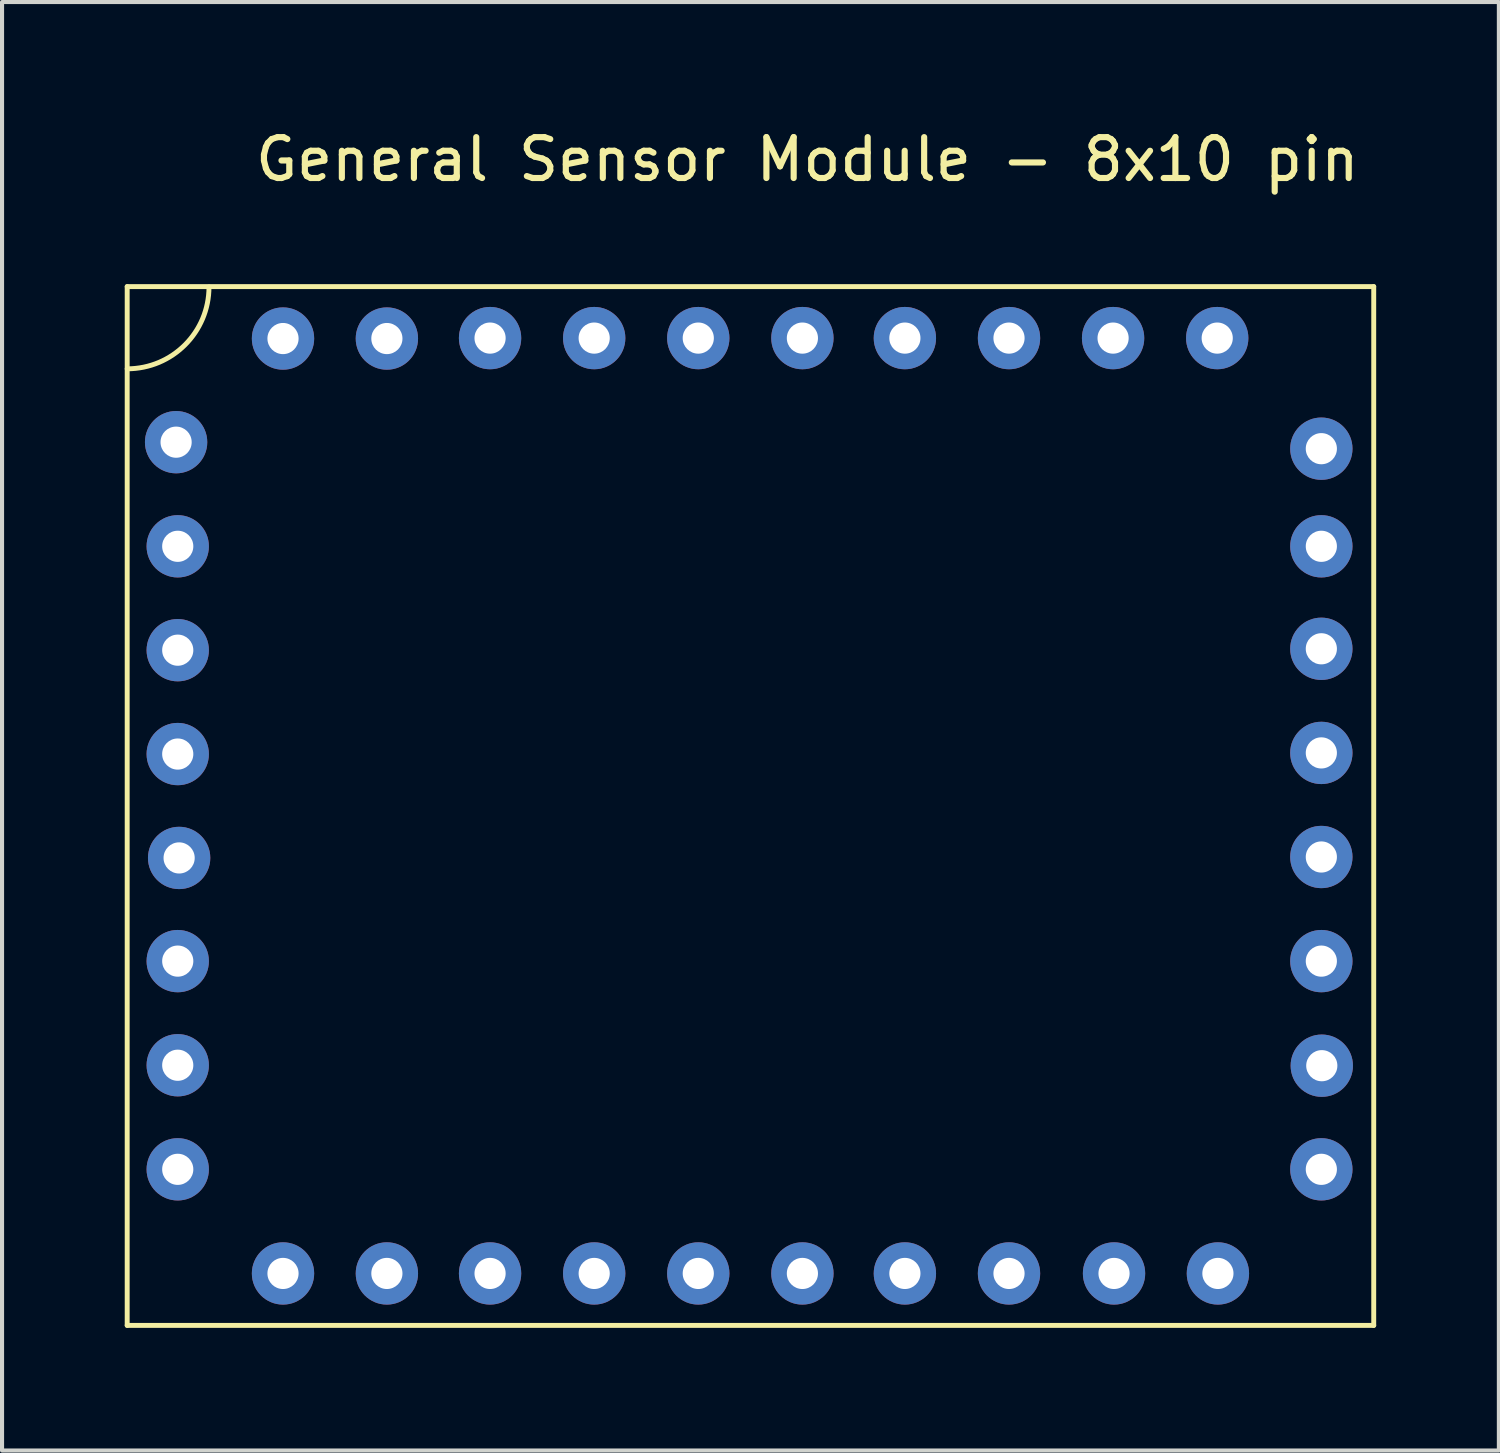
<source format=kicad_pcb>
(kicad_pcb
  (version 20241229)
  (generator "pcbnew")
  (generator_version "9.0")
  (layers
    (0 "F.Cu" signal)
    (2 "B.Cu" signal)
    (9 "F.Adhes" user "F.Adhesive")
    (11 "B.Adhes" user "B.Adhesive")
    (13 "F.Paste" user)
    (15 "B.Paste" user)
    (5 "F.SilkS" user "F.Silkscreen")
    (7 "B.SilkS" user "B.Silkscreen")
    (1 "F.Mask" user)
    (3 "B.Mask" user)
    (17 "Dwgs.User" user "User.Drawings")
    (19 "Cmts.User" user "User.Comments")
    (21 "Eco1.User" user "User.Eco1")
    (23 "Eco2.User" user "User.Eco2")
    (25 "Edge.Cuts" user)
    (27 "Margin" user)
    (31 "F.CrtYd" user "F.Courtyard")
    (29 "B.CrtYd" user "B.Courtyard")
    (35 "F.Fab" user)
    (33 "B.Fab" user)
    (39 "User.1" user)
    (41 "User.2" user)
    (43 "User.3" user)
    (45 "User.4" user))
  (footprint "General Sensor Module - 8x10 pin"
    (layer "F.Cu")
    (at 16.57 15.388)
    (property "Reference" "General Sensor Module - 8x10 pin" (at 0.12 -14.54 0) (unlocked yes) (layer "F.SilkS") (effects (font (size 1 1) (thickness 0.15))))
    (attr smd)
    (fp_line (start -16.51 -11.43) (end 13.97 -11.43) (stroke (width 0.12) (type solid)) (layer "F.SilkS"))
    (fp_line (start -16.51 13.97) (end -16.51 -11.43) (stroke (width 0.12) (type solid)) (layer "F.SilkS"))
    (fp_line (start -16.51 13.97) (end 13.97 13.97) (stroke (width 0.12) (type solid)) (layer "F.SilkS"))
    (fp_line (start 13.97 13.97) (end 13.97 -11.43) (stroke (width 0.12) (type solid)) (layer "F.SilkS"))
    (fp_arc (start -14.51 -11.42) (mid -15.095786 -10.005786) (end -16.51 -9.42) (stroke (width 0.12) (type solid)) (layer "F.SilkS"))
    (pad "1" thru_hole circle (at -12.7 12.7) (size 1.524 1.524) (drill 0.762) (layers "*.Cu" "*.Mask"))
    (pad "2" thru_hole circle (at -10.16 12.7) (size 1.524 1.524) (drill 0.762) (layers "*.Cu" "*.Mask"))
    (pad "3" thru_hole circle (at -7.637 12.7) (size 1.524 1.524) (drill 0.762) (layers "*.Cu" "*.Mask"))
    (pad "4" thru_hole circle (at -5.091 12.7) (size 1.524 1.524) (drill 0.762) (layers "*.Cu" "*.Mask"))
    (pad "5" thru_hole circle (at -2.546 12.7) (size 1.524 1.524) (drill 0.762) (layers "*.Cu" "*.Mask"))
    (pad "6" thru_hole circle (at 0 12.7) (size 1.524 1.524) (drill 0.762) (layers "*.Cu" "*.Mask"))
    (pad "7" thru_hole circle (at 2.506 12.7) (size 1.524 1.524) (drill 0.762) (layers "*.Cu" "*.Mask"))
    (pad "8" thru_hole circle (at 5.052 12.7) (size 1.524 1.524) (drill 0.762) (layers "*.Cu" "*.Mask"))
    (pad "9" thru_hole circle (at 7.62 12.7) (size 1.524 1.524) (drill 0.762) (layers "*.Cu" "*.Mask"))
    (pad "10" thru_hole circle (at 10.16 12.7) (size 1.524 1.524) (drill 0.762) (layers "*.Cu" "*.Mask"))
    (pad "11" thru_hole circle (at 12.689 10.154) (size 1.524 1.524) (drill 0.762) (layers "*.Cu" "*.Mask"))
    (pad "12" thru_hole circle (at 12.7 7.62) (size 1.524 1.524) (drill 0.762) (layers "*.Cu" "*.Mask"))
    (pad "13" thru_hole circle (at 12.689 5.063) (size 1.524 1.524) (drill 0.762) (layers "*.Cu" "*.Mask"))
    (pad "14" thru_hole circle (at 12.689 2.517) (size 1.524 1.524) (drill 0.762) (layers "*.Cu" "*.Mask"))
    (pad "15" thru_hole circle (at 12.689 -0.028) (size 1.524 1.524) (drill 0.762) (layers "*.Cu" "*.Mask"))
    (pad "16" thru_hole circle (at 12.689 -2.574) (size 1.524 1.524) (drill 0.762) (layers "*.Cu" "*.Mask"))
    (pad "17" thru_hole circle (at 12.689 -5.08) (size 1.524 1.524) (drill 0.762) (layers "*.Cu" "*.Mask"))
    (pad "18" thru_hole circle (at 12.689 -7.467) (size 1.524 1.524) (drill 0.762) (layers "*.Cu" "*.Mask"))
    (pad "19" thru_hole circle (at 10.143 -10.171) (size 1.524 1.524) (drill 0.762) (layers "*.Cu" "*.Mask"))
    (pad "20" thru_hole circle (at 7.597 -10.171) (size 1.524 1.524) (drill 0.762) (layers "*.Cu" "*.Mask"))
    (pad "21" thru_hole circle (at 5.052 -10.171) (size 1.524 1.524) (drill 0.762) (layers "*.Cu" "*.Mask"))
    (pad "22" thru_hole circle (at 2.506 -10.171) (size 1.524 1.524) (drill 0.762) (layers "*.Cu" "*.Mask"))
    (pad "23" thru_hole circle (at 0 -10.171) (size 1.524 1.524) (drill 0.762) (layers "*.Cu" "*.Mask"))
    (pad "24" thru_hole circle (at -2.546 -10.171) (size 1.524 1.524) (drill 0.762) (layers "*.Cu" "*.Mask"))
    (pad "25" thru_hole circle (at -5.091 -10.171) (size 1.524 1.524) (drill 0.762) (layers "*.Cu" "*.Mask"))
    (pad "26" thru_hole circle (at -7.637 -10.171) (size 1.524 1.524) (drill 0.762) (layers "*.Cu" "*.Mask"))
    (pad "27" thru_hole circle (at -10.16 -10.16) (size 1.524 1.524) (drill 0.762) (layers "*.Cu" "*.Mask"))
    (pad "28" thru_hole circle (at -12.7 -10.16) (size 1.524 1.524) (drill 0.762) (layers "*.Cu" "*.Mask"))
    (pad "29" thru_hole circle (at -15.314 -7.626) (size 1.524 1.524) (drill 0.762) (layers "*.Cu" "*.Mask"))
    (pad "30" thru_hole circle (at -15.274 -5.08) (size 1.524 1.524) (drill 0.762) (layers "*.Cu" "*.Mask"))
    (pad "31" thru_hole circle (at -15.274 -2.54) (size 1.524 1.524) (drill 0.762) (layers "*.Cu" "*.Mask"))
    (pad "32" thru_hole circle (at -15.274 0) (size 1.524 1.524) (drill 0.762) (layers "*.Cu" "*.Mask"))
    (pad "33" thru_hole circle (at -15.24 2.54) (size 1.524 1.524) (drill 0.762) (layers "*.Cu" "*.Mask"))
    (pad "34" thru_hole circle (at -15.274 5.063) (size 1.524 1.524) (drill 0.762) (layers "*.Cu" "*.Mask"))
    (pad "35" thru_hole circle (at -15.274 7.609) (size 1.524 1.524) (drill 0.762) (layers "*.Cu" "*.Mask"))
    (pad "36" thru_hole circle (at -15.274 10.154) (size 1.524 1.524) (drill 0.762) (layers "*.Cu" "*.Mask")))
  (gr_rect
    (start -3 -3)
    (end 33.6 32.418)
    (stroke (width 0.1) (type default))
    (fill no)
    (layer "Edge.Cuts")))
</source>
